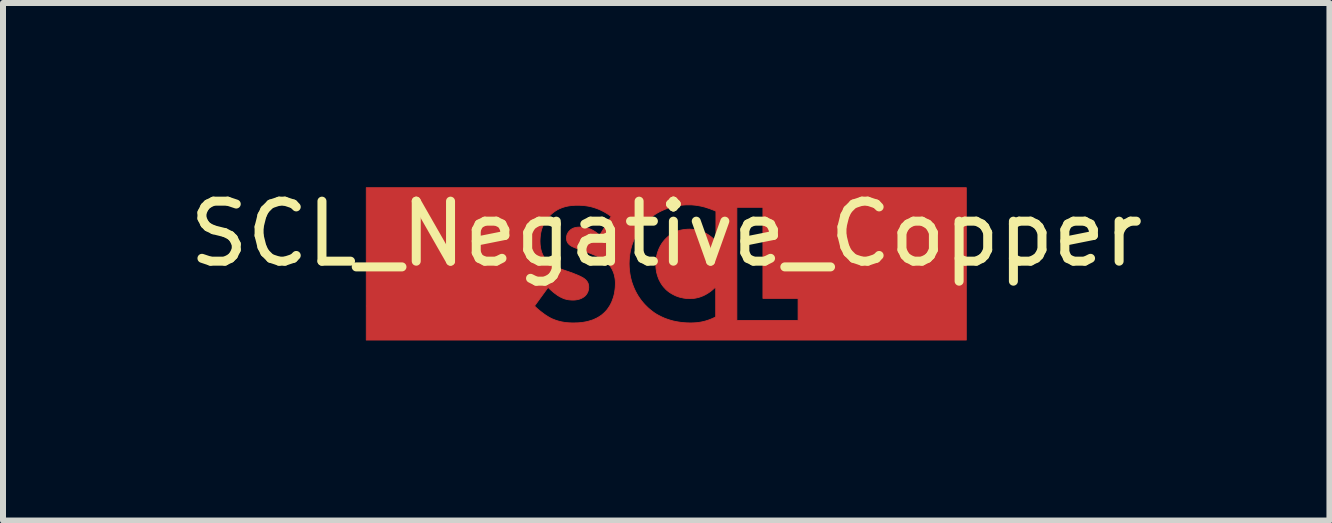
<source format=kicad_pcb>
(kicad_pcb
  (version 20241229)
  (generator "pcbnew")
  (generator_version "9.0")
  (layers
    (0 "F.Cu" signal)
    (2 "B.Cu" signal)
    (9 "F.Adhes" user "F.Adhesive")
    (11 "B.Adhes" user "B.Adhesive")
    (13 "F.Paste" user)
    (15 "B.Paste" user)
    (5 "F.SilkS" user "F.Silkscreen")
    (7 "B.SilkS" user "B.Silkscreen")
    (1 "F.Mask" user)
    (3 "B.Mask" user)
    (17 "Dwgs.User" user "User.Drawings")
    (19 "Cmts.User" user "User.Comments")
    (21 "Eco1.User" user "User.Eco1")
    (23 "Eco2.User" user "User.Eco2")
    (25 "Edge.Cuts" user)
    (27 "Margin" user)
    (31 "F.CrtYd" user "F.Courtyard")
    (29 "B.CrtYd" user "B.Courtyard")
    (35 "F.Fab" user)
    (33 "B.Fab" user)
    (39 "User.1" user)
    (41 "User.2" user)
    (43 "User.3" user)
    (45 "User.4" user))
  (footprint "SCL_Negative_Copper"
    (layer "F.Cu")
    (at 8.054 1.348)
    (property "Reference" "SCL_Negative_Copper" (at 0 -0.5 0) (unlocked yes) (layer "F.SilkS") (effects (font (size 1 1) (thickness 0.15))))
    (fp_poly (pts (xy 5.001 1.27) (xy -5 1.27) (xy -5 0.702) (xy -2.195 0.702) (xy -2.167 0.729) (xy -2.136 0.757) (xy -2.102 0.785) (xy -2.067 0.812) (xy -2.031 0.839) (xy -2.012 0.852) (xy -1.994 0.864) (xy -1.975 0.875) (xy -1.957 0.887) (xy -1.938 0.897) (xy -1.92 0.907) (xy -1.898 0.917) (xy -1.875 0.926) (xy -1.853 0.935) (xy -1.83 0.943) (xy -1.807 0.95) (xy -1.785 0.956) (xy -1.762 0.962) (xy -1.739 0.967) (xy -1.715 0.971) (xy -1.692 0.975) (xy -1.668 0.978) (xy -1.644 0.98) (xy -1.62 0.982) (xy -1.596 0.983) (xy -1.571 0.984) (xy -1.546 0.984) (xy -1.495 0.983) (xy -1.466 0.982) (xy -1.434 0.979) (xy -1.401 0.976) (xy -1.367 0.97) (xy -1.332 0.964) (xy -1.296 0.955) (xy -1.259 0.944) (xy -1.222 0.932) (xy -1.186 0.916) (xy -1.149 0.898) (xy -1.114 0.877) (xy -1.096 0.865) (xy -1.079 0.853) (xy -1.062 0.839) (xy -1.046 0.825) (xy -1.029 0.81) (xy -1.014 0.794) (xy -0.995 0.774) (xy -0.978 0.752) (xy -0.962 0.729) (xy -0.946 0.705) (xy -0.931 0.679) (xy -0.918 0.653) (xy -0.905 0.625) (xy -0.894 0.595) (xy -0.883 0.565) (xy -0.874 0.534) (xy -0.866 0.501) (xy -0.86 0.468) (xy -0.855 0.434) (xy -0.851 0.4) (xy -0.849 0.364) (xy -0.848 0.328) (xy -0.848 0.307) (xy -0.849 0.286) (xy -0.851 0.264) (xy -0.854 0.242) (xy -0.858 0.22) (xy -0.863 0.197) (xy -0.868 0.175) (xy -0.876 0.152) (xy -0.884 0.13) (xy -0.894 0.107) (xy -0.905 0.085) (xy -0.918 0.063) (xy -0.932 0.041) (xy -0.948 0.02) (xy -0.966 -0.001) (xy -0.968 -0.004) (xy -0.619 -0.004) (xy -0.617 0.052) (xy -0.613 0.107) (xy -0.606 0.16) (xy -0.597 0.212) (xy -0.585 0.262) (xy -0.571 0.311) (xy -0.554 0.358) (xy -0.536 0.404) (xy -0.515 0.449) (xy -0.493 0.491) (xy -0.469 0.532) (xy -0.443 0.571) (xy -0.416 0.609) (xy -0.387 0.644) (xy -0.357 0.678) (xy -0.326 0.709) (xy -0.296 0.738) (xy -0.264 0.765) (xy -0.23 0.792) (xy -0.194 0.818) (xy -0.156 0.842) (xy -0.115 0.864) (xy -0.073 0.885) (xy -0.028 0.905) (xy 0.018 0.922) (xy 0.067 0.938) (xy 0.119 0.952) (xy 0.172 0.963) (xy 0.228 0.972) (xy 0.287 0.979) (xy 0.348 0.983) (xy 0.412 0.984) (xy 0.455 0.983) (xy 0.501 0.98) (xy 0.525 0.978) (xy 0.549 0.974) (xy 0.574 0.97) (xy 0.6 0.965) (xy 0.626 0.959) (xy 0.653 0.952) (xy 0.681 0.943) (xy 0.684 0.942) (xy 1.177 0.942) (xy 2.197 0.942) (xy 2.197 0.575) (xy 1.611 0.575) (xy 1.611 -0.942) (xy 1.177 -0.942) (xy 1.177 0.942) (xy 0.684 0.942) (xy 0.709 0.934) (xy 0.738 0.923) (xy 0.767 0.911) (xy 0.797 0.897) (xy 0.821 0.885) (xy 0.824 0.885) (xy 0.828 0.882) (xy 0.824 0.884) (xy 0.824 0.885) (xy 0.821 0.885) (xy 0.824 0.884) (xy 0.824 0.385) (xy 0.793 0.413) (xy 0.763 0.439) (xy 0.733 0.463) (xy 0.703 0.483) (xy 0.674 0.501) (xy 0.645 0.517) (xy 0.617 0.531) (xy 0.589 0.542) (xy 0.562 0.552) (xy 0.536 0.56) (xy 0.51 0.566) (xy 0.486 0.571) (xy 0.461 0.575) (xy 0.438 0.577) (xy 0.416 0.578) (xy 0.394 0.579) (xy 0.373 0.578) (xy 0.352 0.577) (xy 0.332 0.576) (xy 0.312 0.573) (xy 0.293 0.571) (xy 0.275 0.567) (xy 0.257 0.563) (xy 0.239 0.559) (xy 0.222 0.555) (xy 0.206 0.55) (xy 0.19 0.544) (xy 0.175 0.539) (xy 0.16 0.533) (xy 0.146 0.527) (xy 0.133 0.52) (xy 0.12 0.514) (xy 0.095 0.5) (xy 0.073 0.487) (xy 0.053 0.474) (xy 0.036 0.461) (xy 0.02 0.449) (xy 0.007 0.438) (xy -0.003 0.428) (xy -0.012 0.42) (xy -0.027 0.403) (xy -0.043 0.386) (xy -0.058 0.367) (xy -0.073 0.346) (xy -0.087 0.325) (xy -0.1 0.302) (xy -0.113 0.278) (xy -0.125 0.253) (xy -0.135 0.226) (xy -0.145 0.198) (xy -0.153 0.169) (xy -0.161 0.139) (xy -0.166 0.107) (xy -0.171 0.074) (xy -0.173 0.039) (xy -0.174 0.004) (xy -0.173 -0.03) (xy -0.171 -0.063) (xy -0.167 -0.095) (xy -0.161 -0.126) (xy -0.154 -0.156) (xy -0.146 -0.186) (xy -0.136 -0.215) (xy -0.125 -0.243) (xy -0.113 -0.27) (xy -0.1 -0.296) (xy -0.085 -0.321) (xy -0.07 -0.345) (xy -0.053 -0.368) (xy -0.036 -0.39) (xy -0.017 -0.411) (xy 0.002 -0.43) (xy 0.021 -0.448) (xy 0.041 -0.465) (xy 0.061 -0.481) (xy 0.082 -0.495) (xy 0.103 -0.509) (xy 0.126 -0.521) (xy 0.149 -0.532) (xy 0.172 -0.542) (xy 0.196 -0.55) (xy 0.222 -0.558) (xy 0.247 -0.564) (xy 0.274 -0.569) (xy 0.301 -0.573) (xy 0.329 -0.576) (xy 0.358 -0.578) (xy 0.387 -0.579) (xy 0.406 -0.578) (xy 0.424 -0.577) (xy 0.442 -0.576) (xy 0.46 -0.574) (xy 0.477 -0.572) (xy 0.494 -0.569) (xy 0.511 -0.565) (xy 0.527 -0.562) (xy 0.543 -0.557) (xy 0.559 -0.553) (xy 0.59 -0.542) (xy 0.619 -0.53) (xy 0.647 -0.516) (xy 0.674 -0.502) (xy 0.7 -0.486) (xy 0.724 -0.469) (xy 0.747 -0.452) (xy 0.769 -0.434) (xy 0.79 -0.415) (xy 0.809 -0.397) (xy 0.828 -0.377) (xy 0.828 -0.878) (xy 0.794 -0.893) (xy 0.761 -0.906) (xy 0.729 -0.918) (xy 0.697 -0.929) (xy 0.667 -0.939) (xy 0.637 -0.948) (xy 0.608 -0.955) (xy 0.58 -0.962) (xy 0.552 -0.967) (xy 0.525 -0.972) (xy 0.499 -0.976) (xy 0.473 -0.979) (xy 0.448 -0.981) (xy 0.424 -0.983) (xy 0.4 -0.984) (xy 0.376 -0.984) (xy 0.322 -0.983) (xy 0.269 -0.979) (xy 0.217 -0.973) (xy 0.166 -0.965) (xy 0.117 -0.954) (xy 0.069 -0.941) (xy 0.023 -0.926) (xy -0.022 -0.909) (xy -0.066 -0.89) (xy -0.108 -0.87) (xy -0.148 -0.848) (xy -0.187 -0.824) (xy -0.224 -0.798) (xy -0.26 -0.771) (xy -0.294 -0.742) (xy -0.326 -0.713) (xy -0.357 -0.681) (xy -0.387 -0.647) (xy -0.416 -0.611) (xy -0.443 -0.574) (xy -0.469 -0.535) (xy -0.493 -0.494) (xy -0.515 -0.452) (xy -0.536 -0.408) (xy -0.554 -0.363) (xy -0.571 -0.316) (xy -0.585 -0.267) (xy -0.597 -0.218) (xy -0.606 -0.166) (xy -0.613 -0.113) (xy -0.617 -0.059) (xy -0.619 -0.004) (xy -0.968 -0.004) (xy -0.985 -0.021) (xy -1 -0.034) (xy -1.014 -0.046) (xy -1.03 -0.058) (xy -1.045 -0.069) (xy -1.062 -0.08) (xy -1.078 -0.09) (xy -1.095 -0.099) (xy -1.112 -0.108) (xy -1.128 -0.117) (xy -1.145 -0.125) (xy -1.179 -0.14) (xy -1.212 -0.153) (xy -1.243 -0.166) (xy -1.384 -0.219) (xy -1.468 -0.249) (xy -1.503 -0.261) (xy -1.518 -0.267) (xy -1.533 -0.273) (xy -1.546 -0.279) (xy -1.559 -0.285) (xy -1.571 -0.29) (xy -1.582 -0.297) (xy -1.592 -0.303) (xy -1.602 -0.31) (xy -1.612 -0.317) (xy -1.62 -0.325) (xy -1.626 -0.33) (xy -1.63 -0.335) (xy -1.635 -0.341) (xy -1.639 -0.347) (xy -1.643 -0.352) (xy -1.646 -0.358) (xy -1.649 -0.365) (xy -1.652 -0.371) (xy -1.655 -0.377) (xy -1.657 -0.384) (xy -1.659 -0.391) (xy -1.66 -0.398) (xy -1.661 -0.406) (xy -1.662 -0.414) (xy -1.663 -0.422) (xy -1.663 -0.43) (xy -1.662 -0.44) (xy -1.662 -0.449) (xy -1.661 -0.457) (xy -1.659 -0.466) (xy -1.657 -0.474) (xy -1.655 -0.483) (xy -1.652 -0.491) (xy -1.649 -0.498) (xy -1.645 -0.506) (xy -1.641 -0.513) (xy -1.637 -0.52) (xy -1.633 -0.527) (xy -1.628 -0.533) (xy -1.624 -0.539) (xy -1.619 -0.545) (xy -1.613 -0.55) (xy -1.609 -0.555) (xy -1.604 -0.56) (xy -1.599 -0.565) (xy -1.594 -0.569) (xy -1.583 -0.577) (xy -1.572 -0.584) (xy -1.561 -0.59) (xy -1.549 -0.595) (xy -1.538 -0.6) (xy -1.526 -0.603) (xy -1.513 -0.606) (xy -1.501 -0.609) (xy -1.489 -0.61) (xy -1.477 -0.612) (xy -1.465 -0.613) (xy -1.453 -0.613) (xy -1.43 -0.614) (xy -1.406 -0.613) (xy -1.392 -0.612) (xy -1.376 -0.611) (xy -1.36 -0.608) (xy -1.342 -0.605) (xy -1.323 -0.6) (xy -1.303 -0.594) (xy -1.282 -0.587) (xy -1.26 -0.578) (xy -1.237 -0.567) (xy -1.214 -0.554) (xy -1.189 -0.539) (xy -1.164 -0.522) (xy -1.139 -0.502) (xy -1.112 -0.48) (xy -1.112 -0.473) (xy -0.918 -0.79) (xy -0.959 -0.82) (xy -1 -0.846) (xy -1.04 -0.869) (xy -1.079 -0.889) (xy -1.118 -0.907) (xy -1.156 -0.922) (xy -1.194 -0.935) (xy -1.23 -0.946) (xy -1.265 -0.955) (xy -1.3 -0.962) (xy -1.333 -0.967) (xy -1.364 -0.971) (xy -1.395 -0.974) (xy -1.423 -0.976) (xy -1.476 -0.977) (xy -1.509 -0.977) (xy -1.541 -0.975) (xy -1.573 -0.973) (xy -1.604 -0.969) (xy -1.635 -0.964) (xy -1.665 -0.958) (xy -1.695 -0.95) (xy -1.724 -0.941) (xy -1.753 -0.93) (xy -1.782 -0.918) (xy -1.81 -0.904) (xy -1.837 -0.888) (xy -1.864 -0.87) (xy -1.89 -0.85) (xy -1.916 -0.828) (xy -1.941 -0.804) (xy -1.962 -0.782) (xy -1.981 -0.76) (xy -1.998 -0.736) (xy -2.014 -0.712) (xy -2.029 -0.688) (xy -2.042 -0.663) (xy -2.054 -0.637) (xy -2.065 -0.611) (xy -2.074 -0.584) (xy -2.082 -0.557) (xy -2.089 -0.529) (xy -2.094 -0.501) (xy -2.098 -0.472) (xy -2.101 -0.442) (xy -2.103 -0.412) (xy -2.104 -0.381) (xy -2.103 -0.345) (xy -2.102 -0.326) (xy -2.1 -0.306) (xy -2.097 -0.286) (xy -2.094 -0.265) (xy -2.09 -0.244) (xy -2.084 -0.222) (xy -2.078 -0.201) (xy -2.07 -0.179) (xy -2.061 -0.157) (xy -2.05 -0.136) (xy -2.038 -0.115) (xy -2.024 -0.094) (xy -2.008 -0.073) (xy -1.991 -0.053) (xy -1.977 -0.039) (xy -1.963 -0.026) (xy -1.948 -0.013) (xy -1.933 -0.001) (xy -1.917 0.009) (xy -1.9 0.02) (xy -1.884 0.029) (xy -1.867 0.038) (xy -1.85 0.047) (xy -1.833 0.055) (xy -1.798 0.07) (xy -1.763 0.083) (xy -1.73 0.095) (xy -1.575 0.148) (xy -1.525 0.168) (xy -1.495 0.18) (xy -1.464 0.193) (xy -1.433 0.207) (xy -1.418 0.215) (xy -1.403 0.223) (xy -1.39 0.23) (xy -1.377 0.238) (xy -1.366 0.246) (xy -1.356 0.254) (xy -1.349 0.26) (xy -1.342 0.266) (xy -1.336 0.273) (xy -1.33 0.279) (xy -1.324 0.286) (xy -1.319 0.294) (xy -1.314 0.301) (xy -1.31 0.309) (xy -1.306 0.317) (xy -1.302 0.326) (xy -1.299 0.335) (xy -1.297 0.345) (xy -1.295 0.355) (xy -1.293 0.365) (xy -1.293 0.376) (xy -1.292 0.388) (xy -1.292 0.395) (xy -1.293 0.401) (xy -1.293 0.407) (xy -1.294 0.414) (xy -1.295 0.42) (xy -1.295 0.426) (xy -1.297 0.431) (xy -1.298 0.437) (xy -1.299 0.443) (xy -1.301 0.448) (xy -1.304 0.459) (xy -1.308 0.469) (xy -1.313 0.478) (xy -1.317 0.488) (xy -1.323 0.496) (xy -1.328 0.505) (xy -1.334 0.513) (xy -1.34 0.52) (xy -1.346 0.527) (xy -1.353 0.534) (xy -1.359 0.54) (xy -1.371 0.549) (xy -1.384 0.558) (xy -1.396 0.565) (xy -1.409 0.572) (xy -1.422 0.578) (xy -1.435 0.583) (xy -1.448 0.588) (xy -1.461 0.591) (xy -1.474 0.595) (xy -1.486 0.597) (xy -1.499 0.599) (xy -1.511 0.601) (xy -1.523 0.602) (xy -1.535 0.603) (xy -1.546 0.603) (xy -1.557 0.603) (xy -1.573 0.603) (xy -1.589 0.602) (xy -1.605 0.601) (xy -1.621 0.599) (xy -1.636 0.597) (xy -1.651 0.594) (xy -1.666 0.591) (xy -1.68 0.587) (xy -1.695 0.583) (xy -1.709 0.578) (xy -1.723 0.572) (xy -1.737 0.566) (xy -1.751 0.559) (xy -1.765 0.552) (xy -1.779 0.545) (xy -1.793 0.536) (xy -1.803 0.53) (xy -1.814 0.523) (xy -1.825 0.515) (xy -1.836 0.507) (xy -1.859 0.49) (xy -1.883 0.471) (xy -1.906 0.451) (xy -1.929 0.431) (xy -1.95 0.411) (xy -1.97 0.392) (xy -2.195 0.702) (xy -5 0.702) (xy -5 -1.27) (xy 5.001 -1.27)) (stroke (width 0.013) (type solid)) (fill yes) (layer "F.Cu")))
  (gr_rect
    (start -3 -3)
    (end 19.107 5.625)
    (stroke (width 0.1) (type default))
    (fill no)
    (layer "Edge.Cuts")))
</source>
